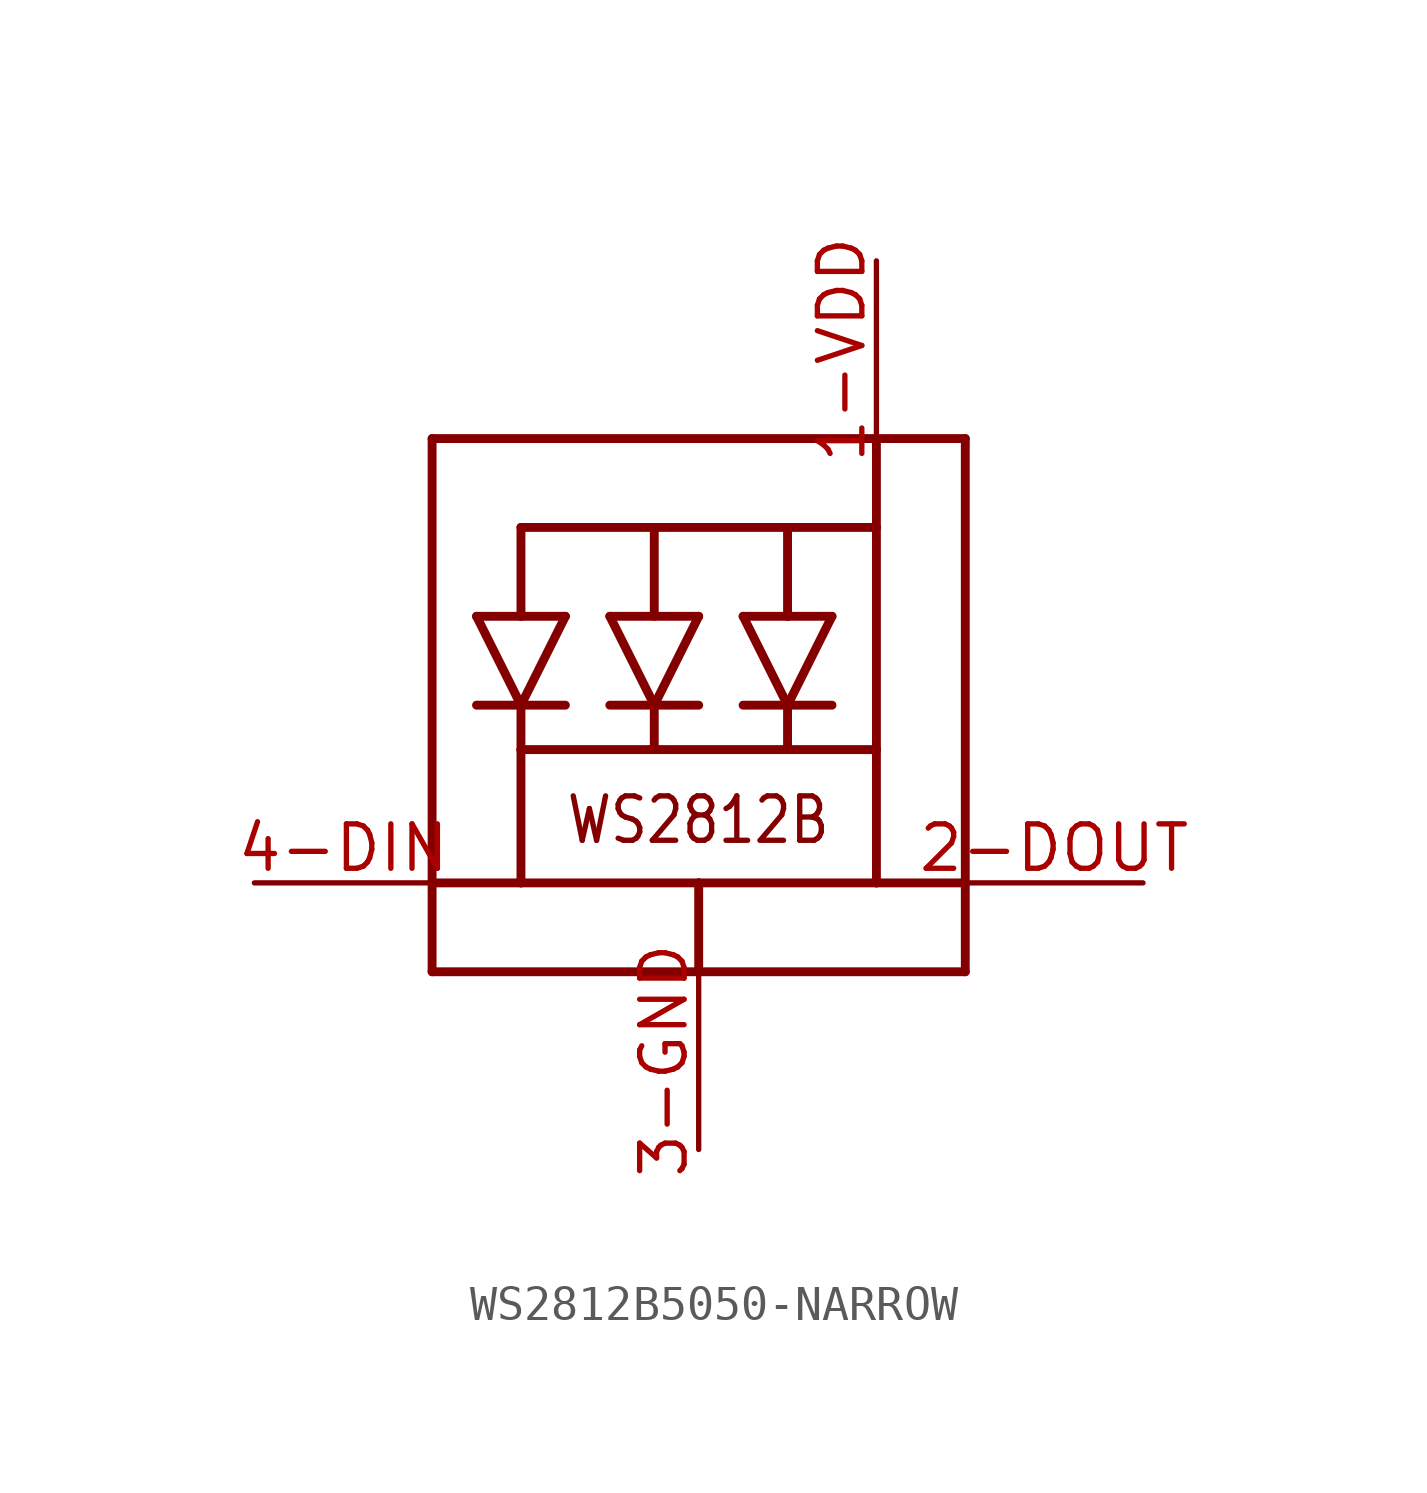
<source format=kicad_sym>
(kicad_symbol_lib
  (version 20220914)
  (generator kicad_symbol_editor)
  (symbol "WS2812B5050-NARROW"
    (property "Reference" "LED"
      (at 0 0 0)
      (effects (font (size 1.27 1.27)) hide))
    (property "ki_locked" ""
      (at 0 0 0)
      (effects (font (size 1.27 1.27))))
    (symbol "WS2812B5050-NARROW_1_0"
      (polyline (pts (xy -7.62 -5.08) (xy 0 -5.08)) (stroke (width 0.254) (type solid)) (fill (type none)))
      (polyline (pts (xy -7.62 -2.54) (xy -7.62 -5.08)) (stroke (width 0.254) (type solid)) (fill (type none)))
      (polyline (pts (xy -7.62 10.16) (xy -7.62 -2.54)) (stroke (width 0.254) (type solid)) (fill (type none)))
      (polyline (pts (xy -6.35 2.54) (xy -5.08 2.54)) (stroke (width 0.254) (type solid)) (fill (type none)))
      (polyline (pts (xy -6.35 5.08) (xy -5.08 5.08)) (stroke (width 0.254) (type solid)) (fill (type none)))
      (polyline (pts (xy -5.08 -2.54) (xy -7.62 -2.54)) (stroke (width 0.254) (type solid)) (fill (type none)))
      (polyline (pts (xy -5.08 -2.54) (xy 0 -2.54)) (stroke (width 0.254) (type solid)) (fill (type none)))
      (polyline (pts (xy -5.08 1.27) (xy -5.08 -2.54)) (stroke (width 0.254) (type solid)) (fill (type none)))
      (polyline (pts (xy -5.08 2.54) (xy -6.35 5.08)) (stroke (width 0.254) (type solid)) (fill (type none)))
      (polyline (pts (xy -5.08 2.54) (xy -5.08 1.27)) (stroke (width 0.254) (type solid)) (fill (type none)))
      (polyline (pts (xy -5.08 2.54) (xy -3.81 5.08)) (stroke (width 0.254) (type solid)) (fill (type none)))
      (polyline (pts (xy -5.08 5.08) (xy -3.81 5.08)) (stroke (width 0.254) (type solid)) (fill (type none)))
      (polyline (pts (xy -5.08 7.62) (xy -5.08 5.08)) (stroke (width 0.254) (type solid)) (fill (type none)))
      (polyline (pts (xy -3.81 2.54) (xy -5.08 2.54)) (stroke (width 0.254) (type solid)) (fill (type none)))
      (polyline (pts (xy -2.54 2.54) (xy -1.27 2.54)) (stroke (width 0.254) (type solid)) (fill (type none)))
      (polyline (pts (xy -2.54 5.08) (xy 0 5.08)) (stroke (width 0.254) (type solid)) (fill (type none)))
      (polyline (pts (xy -1.27 1.27) (xy -5.08 1.27)) (stroke (width 0.254) (type solid)) (fill (type none)))
      (polyline (pts (xy -1.27 2.54) (xy -2.54 5.08)) (stroke (width 0.254) (type solid)) (fill (type none)))
      (polyline (pts (xy -1.27 2.54) (xy -1.27 1.27)) (stroke (width 0.254) (type solid)) (fill (type none)))
      (polyline (pts (xy -1.27 2.54) (xy 0 2.54)) (stroke (width 0.254) (type solid)) (fill (type none)))
      (polyline (pts (xy -1.27 5.08) (xy -1.27 7.62)) (stroke (width 0.254) (type solid)) (fill (type none)))
      (polyline (pts (xy -1.27 7.62) (xy -5.08 7.62)) (stroke (width 0.254) (type solid)) (fill (type none)))
      (polyline (pts (xy 0 -5.08) (xy 7.62 -5.08)) (stroke (width 0.254) (type solid)) (fill (type none)))
      (polyline (pts (xy 0 -2.54) (xy 0 -5.08)) (stroke (width 0.254) (type solid)) (fill (type none)))
      (polyline (pts (xy 0 -2.54) (xy 5.08 -2.54)) (stroke (width 0.254) (type solid)) (fill (type none)))
      (polyline (pts (xy 0 5.08) (xy -1.27 2.54)) (stroke (width 0.254) (type solid)) (fill (type none)))
      (polyline (pts (xy 1.27 5.08) (xy 2.54 2.54)) (stroke (width 0.254) (type solid)) (fill (type none)))
      (polyline (pts (xy 1.27 5.08) (xy 2.54 5.08)) (stroke (width 0.254) (type solid)) (fill (type none)))
      (polyline (pts (xy 2.54 1.27) (xy -1.27 1.27)) (stroke (width 0.254) (type solid)) (fill (type none)))
      (polyline (pts (xy 2.54 2.54) (xy 1.27 2.54)) (stroke (width 0.254) (type solid)) (fill (type none)))
      (polyline (pts (xy 2.54 2.54) (xy 2.54 1.27)) (stroke (width 0.254) (type solid)) (fill (type none)))
      (polyline (pts (xy 2.54 2.54) (xy 3.81 2.54)) (stroke (width 0.254) (type solid)) (fill (type none)))
      (polyline (pts (xy 2.54 2.54) (xy 3.81 5.08)) (stroke (width 0.254) (type solid)) (fill (type none)))
      (polyline (pts (xy 2.54 5.08) (xy 2.54 7.62)) (stroke (width 0.254) (type solid)) (fill (type none)))
      (polyline (pts (xy 2.54 7.62) (xy -1.27 7.62)) (stroke (width 0.254) (type solid)) (fill (type none)))
      (polyline (pts (xy 2.54 7.62) (xy 5.08 7.62)) (stroke (width 0.254) (type solid)) (fill (type none)))
      (polyline (pts (xy 3.81 5.08) (xy 2.54 5.08)) (stroke (width 0.254) (type solid)) (fill (type none)))
      (polyline (pts (xy 5.08 -2.54) (xy 5.08 1.27)) (stroke (width 0.254) (type solid)) (fill (type none)))
      (polyline (pts (xy 5.08 -2.54) (xy 7.62 -2.54)) (stroke (width 0.254) (type solid)) (fill (type none)))
      (polyline (pts (xy 5.08 1.27) (xy 2.54 1.27)) (stroke (width 0.254) (type solid)) (fill (type none)))
      (polyline (pts (xy 5.08 7.62) (xy 5.08 1.27)) (stroke (width 0.254) (type solid)) (fill (type none)))
      (polyline (pts (xy 5.08 10.16) (xy -7.62 10.16)) (stroke (width 0.254) (type solid)) (fill (type none)))
      (polyline (pts (xy 5.08 10.16) (xy 5.08 7.62)) (stroke (width 0.254) (type solid)) (fill (type none)))
      (polyline (pts (xy 7.62 -5.08) (xy 7.62 -2.54)) (stroke (width 0.254) (type solid)) (fill (type none)))
      (polyline (pts (xy 7.62 -2.54) (xy 7.62 10.16)) (stroke (width 0.254) (type solid)) (fill (type none)))
      (polyline (pts (xy 7.62 10.16) (xy 5.08 10.16)) (stroke (width 0.254) (type solid)) (fill (type none)))
      (text "WS2812B" (at 3.81 0 0) (effects (font (size 1.27 1.079)) (justify right top)))
      (pin power_in line (at 5.08 15.24 270) (length 5.08) (name "VDD" (effects (font (size 0 0)))) (number "1-VDD" (effects (font (size 1.27 1.27)))))
      (pin output line (at 12.7 -2.54 180) (length 5.08) (name "DO" (effects (font (size 0 0)))) (number "2-DOUT" (effects (font (size 1.27 1.27)))))
      (pin power_in line (at 0 -10.16 90) (length 5.08) (name "GND" (effects (font (size 0 0)))) (number "3-GND" (effects (font (size 1.27 1.27)))))
      (pin input line (at -12.7 -2.54 0) (length 5.08) (name "DI" (effects (font (size 0 0)))) (number "4-DIN" (effects (font (size 1.27 1.27))))))))
</source>
